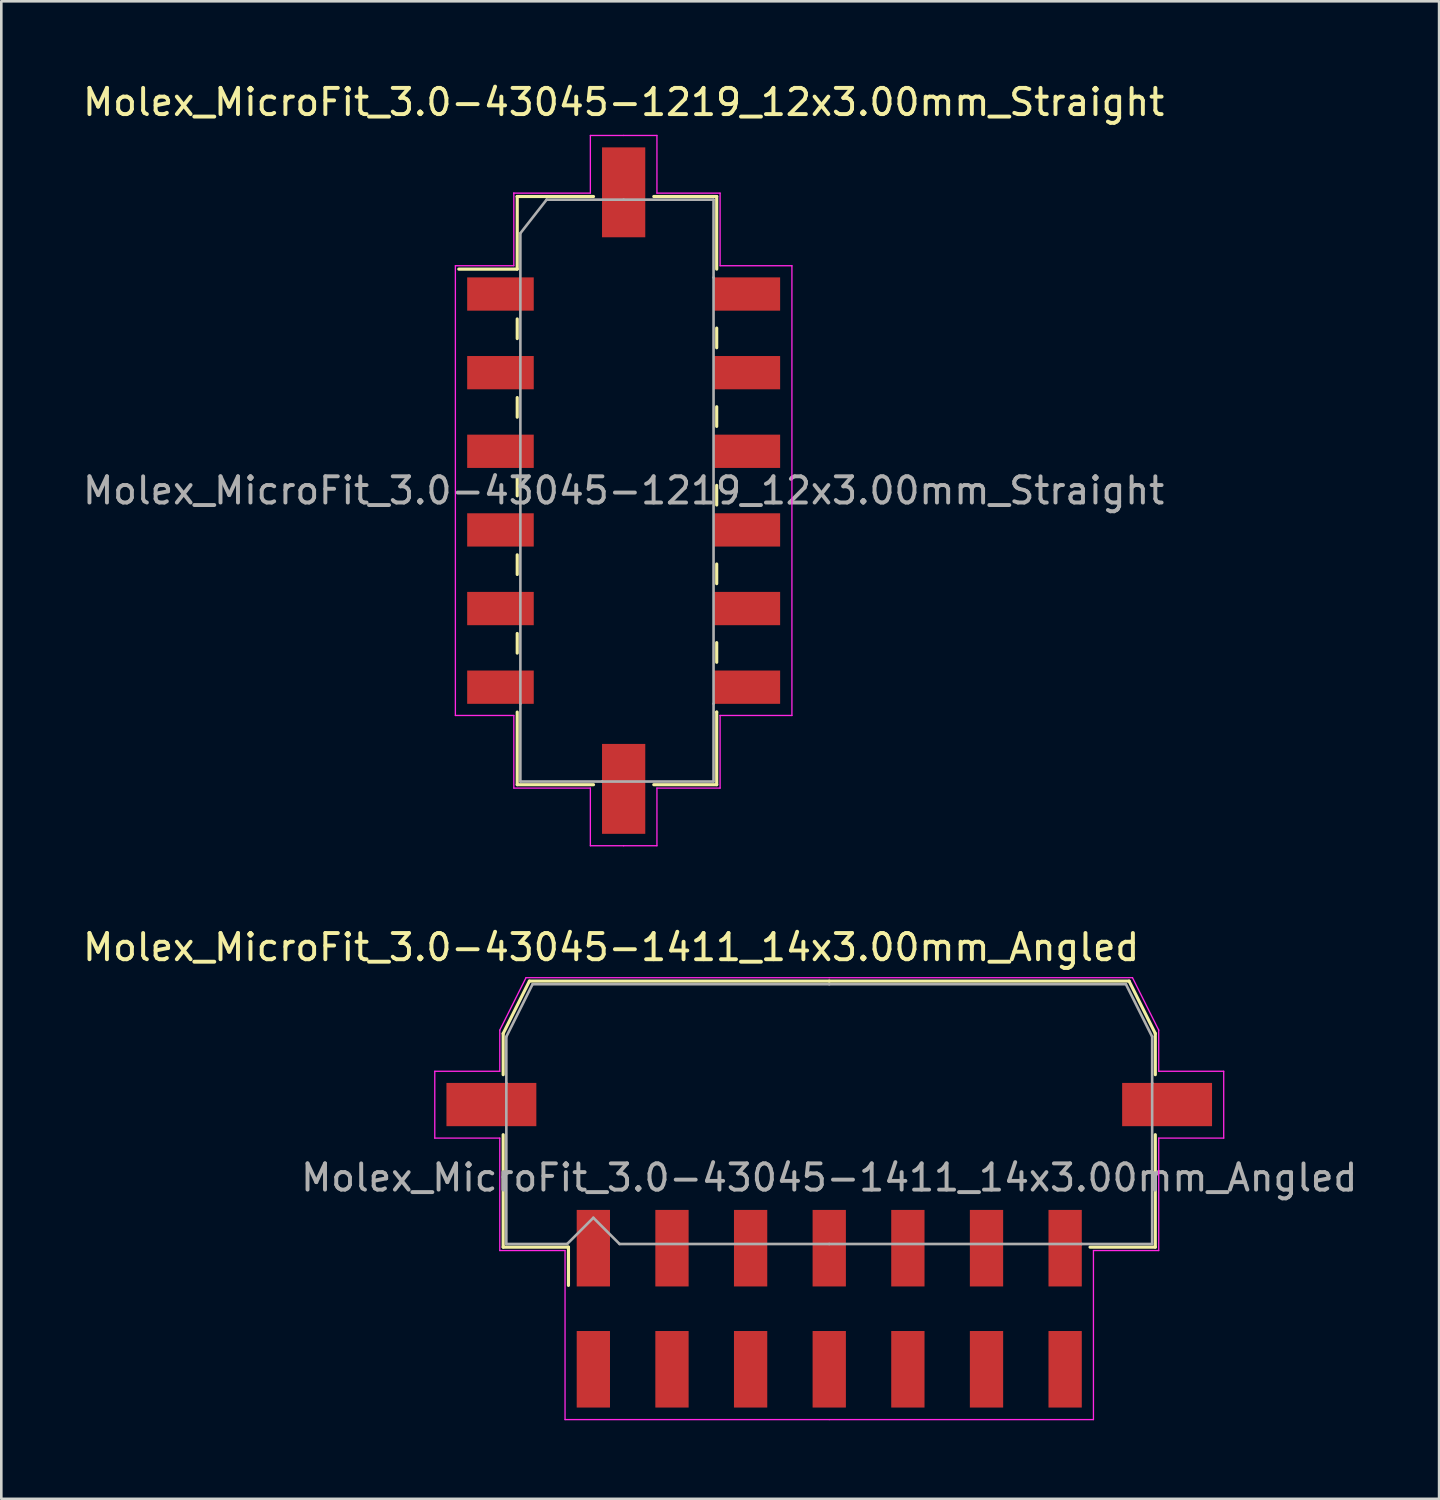
<source format=kicad_pcb>
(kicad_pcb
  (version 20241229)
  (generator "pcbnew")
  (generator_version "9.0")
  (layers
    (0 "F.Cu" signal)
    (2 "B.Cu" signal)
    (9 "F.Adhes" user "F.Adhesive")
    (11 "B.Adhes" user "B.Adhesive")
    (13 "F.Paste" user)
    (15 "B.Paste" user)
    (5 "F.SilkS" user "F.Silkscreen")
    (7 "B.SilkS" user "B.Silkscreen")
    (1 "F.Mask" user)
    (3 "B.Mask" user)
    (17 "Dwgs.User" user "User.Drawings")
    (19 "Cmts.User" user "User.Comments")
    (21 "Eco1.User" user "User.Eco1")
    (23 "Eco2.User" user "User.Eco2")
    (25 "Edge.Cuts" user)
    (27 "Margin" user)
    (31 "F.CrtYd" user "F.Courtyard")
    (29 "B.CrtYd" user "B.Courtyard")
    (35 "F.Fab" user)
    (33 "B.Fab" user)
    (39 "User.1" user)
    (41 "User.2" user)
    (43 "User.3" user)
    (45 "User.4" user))
  (footprint "Molex_MicroFit_3.0-43045-1411_14x3.00mm_Angled"
    (layer "F.Cu")
    (at 28.588 46.882)
    (property "Reference" "Molex_MicroFit_3.0-43045-1411_14x3.00mm_Angled" (at -8.32 -13.79 0) (layer "F.SilkS") (effects (font (size 1 1) (thickness 0.15))))
    (attr smd)
    (fp_line (start -12.44 -10.5) (end -12.44 -8.93) (stroke (width 0.12) (type solid)) (layer "F.SilkS"))
    (fp_line (start -12.44 -6.64) (end -12.44 -2.35) (stroke (width 0.12) (type solid)) (layer "F.SilkS"))
    (fp_line (start -12.44 -2.35) (end -9.95 -2.35) (stroke (width 0.12) (type solid)) (layer "F.SilkS"))
    (fp_line (start -11.44 -12.5) (end -12.44 -10.5) (stroke (width 0.12) (type solid)) (layer "F.SilkS"))
    (fp_line (start -9.95 -2.35) (end -9.95 -0.89) (stroke (width 0.12) (type solid)) (layer "F.SilkS"))
    (fp_line (start 0 -12.5) (end -11.44 -12.5) (stroke (width 0.12) (type solid)) (layer "F.SilkS"))
    (fp_line (start 0 -12.5) (end 11.44 -12.5) (stroke (width 0.12) (type solid)) (layer "F.SilkS"))
    (fp_line (start 11.44 -12.5) (end 12.44 -10.5) (stroke (width 0.12) (type solid)) (layer "F.SilkS"))
    (fp_line (start 12.44 -10.5) (end 12.44 -8.93) (stroke (width 0.12) (type solid)) (layer "F.SilkS"))
    (fp_line (start 12.44 -6.64) (end 12.44 -2.35) (stroke (width 0.12) (type solid)) (layer "F.SilkS"))
    (fp_line (start 12.44 -2.35) (end 9.95 -2.35) (stroke (width 0.12) (type solid)) (layer "F.SilkS"))
    (fp_line (start -15.05 -9.06) (end -15.05 -6.51) (stroke (width 0.05) (type solid)) (layer "F.CrtYd"))
    (fp_line (start -15.05 -6.51) (end -12.57 -6.51) (stroke (width 0.05) (type solid)) (layer "F.CrtYd"))
    (fp_line (start -12.57 -10.63) (end -12.57 -9.06) (stroke (width 0.05) (type solid)) (layer "F.CrtYd"))
    (fp_line (start -12.57 -9.06) (end -15.05 -9.06) (stroke (width 0.05) (type solid)) (layer "F.CrtYd"))
    (fp_line (start -12.57 -6.51) (end -12.57 -2.22) (stroke (width 0.05) (type solid)) (layer "F.CrtYd"))
    (fp_line (start -12.57 -2.22) (end -10.08 -2.22) (stroke (width 0.05) (type solid)) (layer "F.CrtYd"))
    (fp_line (start -11.57 -12.63) (end -12.57 -10.63) (stroke (width 0.05) (type solid)) (layer "F.CrtYd"))
    (fp_line (start -10.08 -2.22) (end -10.08 4.23) (stroke (width 0.05) (type solid)) (layer "F.CrtYd"))
    (fp_line (start -10.08 4.23) (end 0 4.23) (stroke (width 0.05) (type solid)) (layer "F.CrtYd"))
    (fp_line (start 0 -12.63) (end -11.57 -12.63) (stroke (width 0.05) (type solid)) (layer "F.CrtYd"))
    (fp_line (start 0 -12.63) (end 11.57 -12.63) (stroke (width 0.05) (type solid)) (layer "F.CrtYd"))
    (fp_line (start 10.08 -2.22) (end 10.08 4.23) (stroke (width 0.05) (type solid)) (layer "F.CrtYd"))
    (fp_line (start 10.08 4.23) (end 0 4.23) (stroke (width 0.05) (type solid)) (layer "F.CrtYd"))
    (fp_line (start 11.57 -12.63) (end 12.57 -10.63) (stroke (width 0.05) (type solid)) (layer "F.CrtYd"))
    (fp_line (start 12.57 -10.63) (end 12.57 -9.06) (stroke (width 0.05) (type solid)) (layer "F.CrtYd"))
    (fp_line (start 12.57 -9.06) (end 15.05 -9.06) (stroke (width 0.05) (type solid)) (layer "F.CrtYd"))
    (fp_line (start 12.57 -6.51) (end 12.57 -2.22) (stroke (width 0.05) (type solid)) (layer "F.CrtYd"))
    (fp_line (start 12.57 -2.22) (end 10.08 -2.22) (stroke (width 0.05) (type solid)) (layer "F.CrtYd"))
    (fp_line (start 15.05 -9.06) (end 15.05 -6.51) (stroke (width 0.05) (type solid)) (layer "F.CrtYd"))
    (fp_line (start 15.05 -6.51) (end 12.57 -6.51) (stroke (width 0.05) (type solid)) (layer "F.CrtYd"))
    (fp_line (start -12.32 -10.38) (end -12.32 -8.61) (stroke (width 0.1) (type solid)) (layer "F.Fab"))
    (fp_line (start -12.32 -8.61) (end -12.32 -2.47) (stroke (width 0.1) (type solid)) (layer "F.Fab"))
    (fp_line (start -12.32 -2.47) (end -10 -2.47) (stroke (width 0.1) (type solid)) (layer "F.Fab"))
    (fp_line (start -11.32 -12.38) (end -12.32 -10.38) (stroke (width 0.1) (type solid)) (layer "F.Fab"))
    (fp_line (start -10 -2.47) (end -9 -3.47) (stroke (width 0.1) (type solid)) (layer "F.Fab"))
    (fp_line (start -9 -3.47) (end -8 -2.47) (stroke (width 0.1) (type solid)) (layer "F.Fab"))
    (fp_line (start -8 -2.47) (end 0 -2.47) (stroke (width 0.1) (type solid)) (layer "F.Fab"))
    (fp_line (start 0 -12.38) (end -11.32 -12.38) (stroke (width 0.1) (type solid)) (layer "F.Fab"))
    (fp_line (start 0 -12.38) (end 11.32 -12.38) (stroke (width 0.1) (type solid)) (layer "F.Fab"))
    (fp_line (start 9.63 -2.47) (end 0 -2.47) (stroke (width 0.1) (type solid)) (layer "F.Fab"))
    (fp_line (start 11.32 -12.38) (end 12.32 -10.38) (stroke (width 0.1) (type solid)) (layer "F.Fab"))
    (fp_line (start 12.32 -10.38) (end 12.32 -8.61) (stroke (width 0.1) (type solid)) (layer "F.Fab"))
    (fp_line (start 12.32 -8.61) (end 12.32 -2.47) (stroke (width 0.1) (type solid)) (layer "F.Fab"))
    (fp_line (start 12.32 -2.47) (end 9.63 -2.47) (stroke (width 0.1) (type solid)) (layer "F.Fab"))
    (fp_text user "${REFERENCE}" (at 0 -5 0) (layer "F.Fab") (effects (font (size 1 1) (thickness 0.15))))
    (pad "" smd rect (at -12.89 -7.79) (size 3.43 1.65) (layers "F.Cu" "F.Mask" "F.Paste"))
    (pad "" smd rect (at 12.89 -7.79) (size 3.43 1.65) (layers "F.Cu" "F.Mask" "F.Paste"))
    (pad "1" smd rect (at -9 -2.31) (size 1.27 2.92) (layers "F.Cu" "F.Mask" "F.Paste"))
    (pad "2" smd rect (at -6 -2.31) (size 1.27 2.92) (layers "F.Cu" "F.Mask" "F.Paste"))
    (pad "3" smd rect (at -3 -2.31) (size 1.27 2.92) (layers "F.Cu" "F.Mask" "F.Paste"))
    (pad "4" smd rect (at 0 -2.31) (size 1.27 2.92) (layers "F.Cu" "F.Mask" "F.Paste"))
    (pad "5" smd rect (at 3 -2.31) (size 1.27 2.92) (layers "F.Cu" "F.Mask" "F.Paste"))
    (pad "6" smd rect (at 6 -2.31) (size 1.27 2.92) (layers "F.Cu" "F.Mask" "F.Paste"))
    (pad "7" smd rect (at 9 -2.31) (size 1.27 2.92) (layers "F.Cu" "F.Mask" "F.Paste"))
    (pad "8" smd rect (at 9 2.31) (size 1.27 2.92) (layers "F.Cu" "F.Mask" "F.Paste"))
    (pad "9" smd rect (at 6 2.31) (size 1.27 2.92) (layers "F.Cu" "F.Mask" "F.Paste"))
    (pad "10" smd rect (at 3 2.31) (size 1.27 2.92) (layers "F.Cu" "F.Mask" "F.Paste"))
    (pad "11" smd rect (at 0 2.31) (size 1.27 2.92) (layers "F.Cu" "F.Mask" "F.Paste"))
    (pad "12" smd rect (at -3 2.31) (size 1.27 2.92) (layers "F.Cu" "F.Mask" "F.Paste"))
    (pad "13" smd rect (at -6 2.31) (size 1.27 2.92) (layers "F.Cu" "F.Mask" "F.Paste"))
    (pad "14" smd rect (at -9 2.31) (size 1.27 2.92) (layers "F.Cu" "F.Mask" "F.Paste")))
  (footprint "Molex_MicroFit_3.0-43045-1219_12x3.00mm_Straight"
    (layer "F.Cu")
    (at 20.744 15.668)
    (property "Reference" "Molex_MicroFit_3.0-43045-1219_12x3.00mm_Straight" (at 0 -14.82 0) (layer "F.SilkS") (effects (font (size 1 1) (thickness 0.15))))
    (attr smd)
    (fp_line (start -6.29 -8.45) (end -4.06 -8.45) (stroke (width 0.12) (type solid)) (layer "F.SilkS"))
    (fp_line (start -4.06 -11.22) (end -4.06 -11.22) (stroke (width 0.12) (type solid)) (layer "F.SilkS"))
    (fp_line (start -4.06 -11.22) (end -1.15 -11.22) (stroke (width 0.12) (type solid)) (layer "F.SilkS"))
    (fp_line (start -4.06 -8.45) (end -4.06 -11.22) (stroke (width 0.12) (type solid)) (layer "F.SilkS"))
    (fp_line (start -4.06 -6.55) (end -4.06 -5.8) (stroke (width 0.12) (type solid)) (layer "F.SilkS"))
    (fp_line (start -4.06 -3.55) (end -4.06 -2.8) (stroke (width 0.12) (type solid)) (layer "F.SilkS"))
    (fp_line (start -4.06 -0.55) (end -4.06 0.2) (stroke (width 0.12) (type solid)) (layer "F.SilkS"))
    (fp_line (start -4.06 2.45) (end -4.06 3.2) (stroke (width 0.12) (type solid)) (layer "F.SilkS"))
    (fp_line (start -4.06 5.45) (end -4.06 6.2) (stroke (width 0.12) (type solid)) (layer "F.SilkS"))
    (fp_line (start -4.06 11.22) (end -4.06 8.45) (stroke (width 0.12) (type solid)) (layer "F.SilkS"))
    (fp_line (start -1.15 11.22) (end -4.06 11.22) (stroke (width 0.12) (type solid)) (layer "F.SilkS"))
    (fp_line (start 1.15 -11.22) (end 3.55 -11.22) (stroke (width 0.12) (type solid)) (layer "F.SilkS"))
    (fp_line (start 3.55 -11.22) (end 3.55 -8.45) (stroke (width 0.12) (type solid)) (layer "F.SilkS"))
    (fp_line (start 3.55 -5.45) (end 3.55 -6.2) (stroke (width 0.12) (type solid)) (layer "F.SilkS"))
    (fp_line (start 3.55 -2.45) (end 3.55 -3.2) (stroke (width 0.12) (type solid)) (layer "F.SilkS"))
    (fp_line (start 3.55 0.55) (end 3.55 -0.2) (stroke (width 0.12) (type solid)) (layer "F.SilkS"))
    (fp_line (start 3.55 3.55) (end 3.55 2.8) (stroke (width 0.12) (type solid)) (layer "F.SilkS"))
    (fp_line (start 3.55 6.55) (end 3.55 5.8) (stroke (width 0.12) (type solid)) (layer "F.SilkS"))
    (fp_line (start 3.55 8.45) (end 3.55 8.45) (stroke (width 0.12) (type solid)) (layer "F.SilkS"))
    (fp_line (start 3.55 8.45) (end 3.55 11.22) (stroke (width 0.12) (type solid)) (layer "F.SilkS"))
    (fp_line (start 3.55 11.22) (end 1.15 11.22) (stroke (width 0.12) (type solid)) (layer "F.SilkS"))
    (fp_line (start -6.42 -8.58) (end -4.19 -8.58) (stroke (width 0.05) (type solid)) (layer "F.CrtYd"))
    (fp_line (start -6.42 8.58) (end -6.42 -8.58) (stroke (width 0.05) (type solid)) (layer "F.CrtYd"))
    (fp_line (start -4.19 -11.35) (end -4.19 -11.35) (stroke (width 0.05) (type solid)) (layer "F.CrtYd"))
    (fp_line (start -4.19 -11.35) (end -1.27 -11.35) (stroke (width 0.05) (type solid)) (layer "F.CrtYd"))
    (fp_line (start -4.19 -8.58) (end -4.19 -11.35) (stroke (width 0.05) (type solid)) (layer "F.CrtYd"))
    (fp_line (start -4.19 8.58) (end -6.42 8.58) (stroke (width 0.05) (type solid)) (layer "F.CrtYd"))
    (fp_line (start -4.19 11.35) (end -4.19 8.58) (stroke (width 0.05) (type solid)) (layer "F.CrtYd"))
    (fp_line (start -1.27 -13.55) (end 0 -13.55) (stroke (width 0.05) (type solid)) (layer "F.CrtYd"))
    (fp_line (start -1.27 -11.35) (end -1.27 -13.55) (stroke (width 0.05) (type solid)) (layer "F.CrtYd"))
    (fp_line (start -1.27 11.35) (end -4.19 11.35) (stroke (width 0.05) (type solid)) (layer "F.CrtYd"))
    (fp_line (start -1.27 13.55) (end -1.27 11.35) (stroke (width 0.05) (type solid)) (layer "F.CrtYd"))
    (fp_line (start 0 -13.55) (end 1.27 -13.55) (stroke (width 0.05) (type solid)) (layer "F.CrtYd"))
    (fp_line (start 0 13.55) (end -1.27 13.55) (stroke (width 0.05) (type solid)) (layer "F.CrtYd"))
    (fp_line (start 1.27 -13.55) (end 1.27 -11.35) (stroke (width 0.05) (type solid)) (layer "F.CrtYd"))
    (fp_line (start 1.27 -11.35) (end 3.68 -11.35) (stroke (width 0.05) (type solid)) (layer "F.CrtYd"))
    (fp_line (start 1.27 11.35) (end 1.27 13.55) (stroke (width 0.05) (type solid)) (layer "F.CrtYd"))
    (fp_line (start 1.27 13.55) (end 0 13.55) (stroke (width 0.05) (type solid)) (layer "F.CrtYd"))
    (fp_line (start 3.68 -11.35) (end 3.68 -8.58) (stroke (width 0.05) (type solid)) (layer "F.CrtYd"))
    (fp_line (start 3.68 -8.58) (end 6.42 -8.58) (stroke (width 0.05) (type solid)) (layer "F.CrtYd"))
    (fp_line (start 3.68 8.58) (end 3.68 8.58) (stroke (width 0.05) (type solid)) (layer "F.CrtYd"))
    (fp_line (start 3.68 8.58) (end 3.68 11.35) (stroke (width 0.05) (type solid)) (layer "F.CrtYd"))
    (fp_line (start 3.68 11.35) (end 1.27 11.35) (stroke (width 0.05) (type solid)) (layer "F.CrtYd"))
    (fp_line (start 6.42 -8.58) (end 6.42 8.58) (stroke (width 0.05) (type solid)) (layer "F.CrtYd"))
    (fp_line (start 6.42 8.58) (end 3.68 8.58) (stroke (width 0.05) (type solid)) (layer "F.CrtYd"))
    (fp_line (start -3.94 -9.82) (end -2.94 -11.1) (stroke (width 0.1) (type solid)) (layer "F.Fab"))
    (fp_line (start -3.94 8.13) (end -3.94 -9.82) (stroke (width 0.1) (type solid)) (layer "F.Fab"))
    (fp_line (start -3.94 11.1) (end -3.94 8.13) (stroke (width 0.1) (type solid)) (layer "F.Fab"))
    (fp_line (start -2.94 -11.1) (end 0 -11.1) (stroke (width 0.1) (type solid)) (layer "F.Fab"))
    (fp_line (start -0.82 11.1) (end -3.94 11.1) (stroke (width 0.1) (type solid)) (layer "F.Fab"))
    (fp_line (start 0 -11.1) (end 3.43 -11.1) (stroke (width 0.1) (type solid)) (layer "F.Fab"))
    (fp_line (start 3.43 -11.1) (end 3.43 -8.13) (stroke (width 0.1) (type solid)) (layer "F.Fab"))
    (fp_line (start 3.43 -8.13) (end 3.43 8.13) (stroke (width 0.1) (type solid)) (layer "F.Fab"))
    (fp_line (start 3.43 8.13) (end 3.43 11.1) (stroke (width 0.1) (type solid)) (layer "F.Fab"))
    (fp_line (start 3.43 11.1) (end -0.82 11.1) (stroke (width 0.1) (type solid)) (layer "F.Fab"))
    (fp_text user "${REFERENCE}" (at 0 0 0) (layer "F.Fab") (effects (font (size 1 1) (thickness 0.15))))
    (pad "" smd rect (at 0 -11.38) (size 1.65 3.43) (layers "F.Cu" "F.Mask" "F.Paste"))
    (pad "" smd rect (at 0 11.38) (size 1.65 3.43) (layers "F.Cu" "F.Mask" "F.Paste"))
    (pad "1" smd rect (at -4.7 -7.5) (size 2.54 1.27) (layers "F.Cu" "F.Mask" "F.Paste"))
    (pad "2" smd rect (at -4.7 -4.5) (size 2.54 1.27) (layers "F.Cu" "F.Mask" "F.Paste"))
    (pad "3" smd rect (at -4.7 -1.5) (size 2.54 1.27) (layers "F.Cu" "F.Mask" "F.Paste"))
    (pad "4" smd rect (at -4.7 1.5) (size 2.54 1.27) (layers "F.Cu" "F.Mask" "F.Paste"))
    (pad "5" smd rect (at -4.7 4.5) (size 2.54 1.27) (layers "F.Cu" "F.Mask" "F.Paste"))
    (pad "6" smd rect (at -4.7 7.5) (size 2.54 1.27) (layers "F.Cu" "F.Mask" "F.Paste"))
    (pad "7" smd rect (at 4.7 7.5) (size 2.54 1.27) (layers "F.Cu" "F.Mask" "F.Paste"))
    (pad "8" smd rect (at 4.7 4.5) (size 2.54 1.27) (layers "F.Cu" "F.Mask" "F.Paste"))
    (pad "9" smd rect (at 4.7 1.5) (size 2.54 1.27) (layers "F.Cu" "F.Mask" "F.Paste"))
    (pad "10" smd rect (at 4.7 -1.5) (size 2.54 1.27) (layers "F.Cu" "F.Mask" "F.Paste"))
    (pad "11" smd rect (at 4.7 -4.5) (size 2.54 1.27) (layers "F.Cu" "F.Mask" "F.Paste"))
    (pad "12" smd rect (at 4.7 -7.5) (size 2.54 1.27) (layers "F.Cu" "F.Mask" "F.Paste")))
  (gr_rect
    (start -3 -3)
    (end 51.856 54.136)
    (stroke (width 0.1) (type default))
    (fill no)
    (layer "Edge.Cuts")))
</source>
